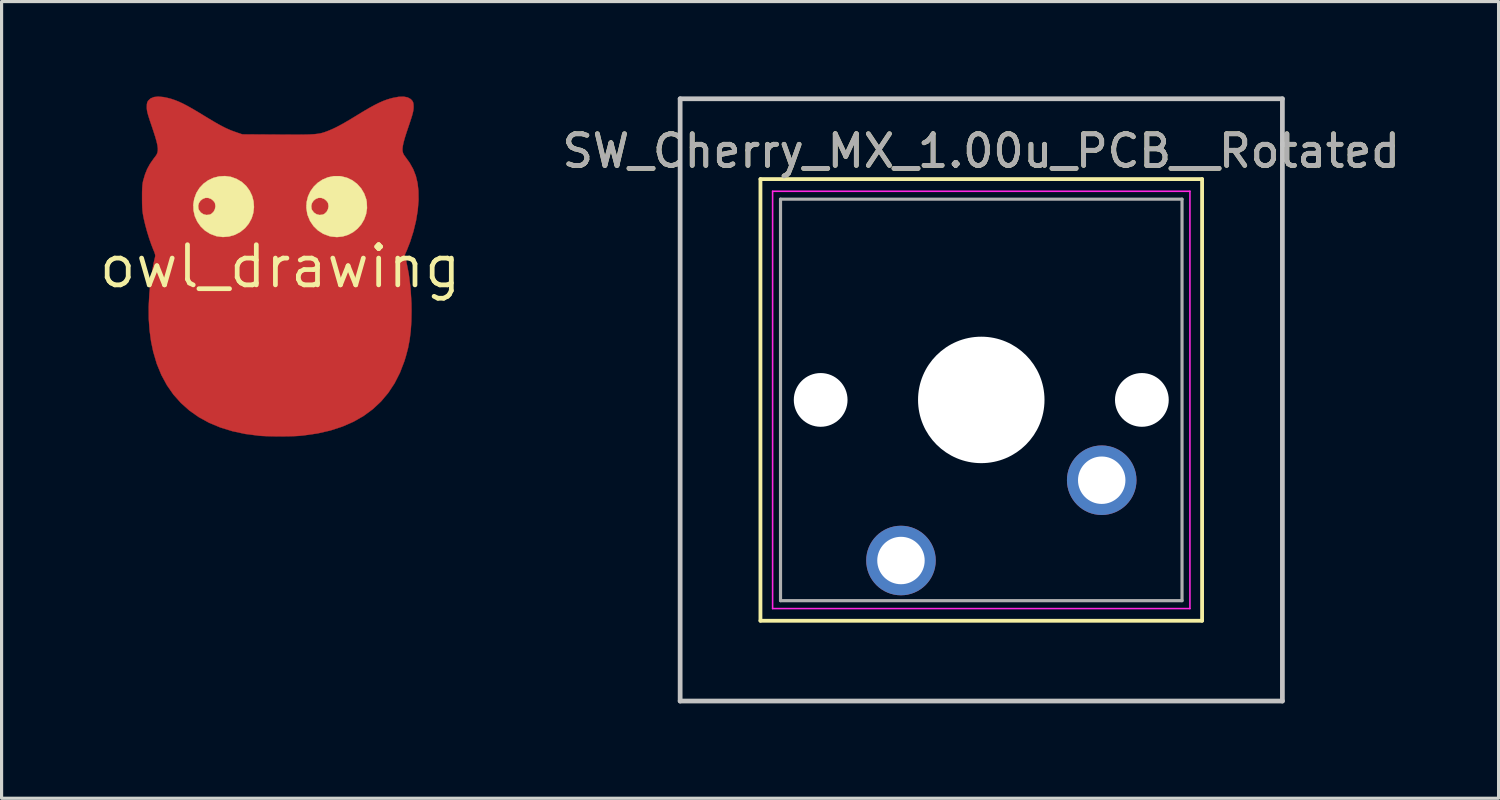
<source format=kicad_pcb>
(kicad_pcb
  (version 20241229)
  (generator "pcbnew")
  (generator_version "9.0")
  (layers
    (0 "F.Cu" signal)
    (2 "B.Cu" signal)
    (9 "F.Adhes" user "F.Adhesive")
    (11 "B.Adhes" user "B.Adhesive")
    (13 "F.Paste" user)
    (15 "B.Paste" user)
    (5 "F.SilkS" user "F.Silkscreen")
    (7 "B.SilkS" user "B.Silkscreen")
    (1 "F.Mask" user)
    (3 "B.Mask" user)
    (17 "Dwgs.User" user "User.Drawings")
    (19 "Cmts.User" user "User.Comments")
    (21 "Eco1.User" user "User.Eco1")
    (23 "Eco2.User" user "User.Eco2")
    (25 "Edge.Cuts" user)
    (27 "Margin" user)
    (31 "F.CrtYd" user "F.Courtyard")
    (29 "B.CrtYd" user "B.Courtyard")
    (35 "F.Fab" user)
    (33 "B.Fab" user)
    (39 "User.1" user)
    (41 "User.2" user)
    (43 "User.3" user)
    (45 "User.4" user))
  (footprint "SW_Cherry_MX_1.00u_PCB__Rotated"
    (layer "F.Cu")
    (at 30.529 4.52)
    (property "Reference" "SW_Cherry_MX_1.00u_PCB__Rotated" (at -2.54 -2.794 0) (layer "F.SilkS") (effects (font (size 1 1) (thickness 0.15))))
    (attr through_hole)
    (fp_line (start -9.525 -1.905) (end 4.445 -1.905) (stroke (width 0.12) (type solid)) (layer "F.SilkS"))
    (fp_line (start -9.525 12.065) (end -9.525 -1.905) (stroke (width 0.12) (type solid)) (layer "F.SilkS"))
    (fp_line (start 4.445 -1.905) (end 4.445 12.065) (stroke (width 0.12) (type solid)) (layer "F.SilkS"))
    (fp_line (start 4.445 12.065) (end -9.525 12.065) (stroke (width 0.12) (type solid)) (layer "F.SilkS"))
    (fp_line (start -12.065 -4.445) (end 6.985 -4.445) (stroke (width 0.15) (type solid)) (layer "Dwgs.User"))
    (fp_line (start -12.065 14.605) (end -12.065 -4.445) (stroke (width 0.15) (type solid)) (layer "Dwgs.User"))
    (fp_line (start 6.985 -4.445) (end 6.985 14.605) (stroke (width 0.15) (type solid)) (layer "Dwgs.User"))
    (fp_line (start 6.985 14.605) (end -12.065 14.605) (stroke (width 0.15) (type solid)) (layer "Dwgs.User"))
    (fp_line (start -9.14 -1.52) (end 4.06 -1.52) (stroke (width 0.05) (type solid)) (layer "F.CrtYd"))
    (fp_line (start -9.14 11.68) (end -9.14 -1.52) (stroke (width 0.05) (type solid)) (layer "F.CrtYd"))
    (fp_line (start 4.06 -1.52) (end 4.06 11.68) (stroke (width 0.05) (type solid)) (layer "F.CrtYd"))
    (fp_line (start 4.06 11.68) (end -9.14 11.68) (stroke (width 0.05) (type solid)) (layer "F.CrtYd"))
    (fp_line (start -8.89 -1.27) (end 3.81 -1.27) (stroke (width 0.1) (type solid)) (layer "F.Fab"))
    (fp_line (start -8.89 11.43) (end -8.89 -1.27) (stroke (width 0.1) (type solid)) (layer "F.Fab"))
    (fp_line (start 3.81 -1.27) (end 3.81 11.43) (stroke (width 0.1) (type solid)) (layer "F.Fab"))
    (fp_line (start 3.81 11.43) (end -8.89 11.43) (stroke (width 0.1) (type solid)) (layer "F.Fab"))
    (fp_text user "${REFERENCE}" (at -2.54 -2.794 0) (layer "F.Fab") (effects (font (size 1 1) (thickness 0.15))))
    (pad "" np_thru_hole circle (at -7.62 5.08 180) (size 1.7 1.7) (drill 1.7) (layers "*.Cu" "*.Mask"))
    (pad "" np_thru_hole circle (at -2.54 5.08 180) (size 4 4) (drill 4) (layers "*.Cu" "*.Mask"))
    (pad "" np_thru_hole circle (at 2.54 5.08 180) (size 1.7 1.7) (drill 1.7) (layers "*.Cu" "*.Mask"))
    (pad "1" thru_hole circle (at -5.08 10.16 180) (size 2.2 2.2) (drill 1.5) (layers "*.Cu" "*.Mask"))
    (pad "2" thru_hole circle (at 1.27 7.62 180) (size 2.2 2.2) (drill 1.5) (layers "*.Cu" "*.Mask")))
  (footprint "owl_drawing"
    (layer "F.Cu")
    (at 5.813 5.381)
    (property "Reference" "owl_drawing" (at 0 0 0) (layer "F.SilkS") (effects (font (size 1.27 1.27) (thickness 0.15))))
    (attr through_hole)
    (fp_poly (pts (xy -3.695 -5.361) (xy -3.567 -5.335) (xy -3.449 -5.304) (xy -3.333 -5.265) (xy -3.214 -5.218) (xy -3.086 -5.159) (xy -2.943 -5.085) (xy -2.781 -4.994) (xy -2.593 -4.883) (xy -2.445 -4.793) (xy -2.252 -4.676) (xy -2.089 -4.579) (xy -1.95 -4.499) (xy -1.829 -4.434) (xy -1.72 -4.379) (xy -1.618 -4.333) (xy -1.517 -4.292) (xy -1.411 -4.254) (xy -1.369 -4.239) (xy -1.196 -4.181) (xy -0.075 -4.174) (xy 0.191 -4.173) (xy 0.418 -4.172) (xy 0.611 -4.172) (xy 0.774 -4.174) (xy 0.911 -4.177) (xy 1.026 -4.183) (xy 1.122 -4.191) (xy 1.205 -4.201) (xy 1.277 -4.214) (xy 1.344 -4.231) (xy 1.409 -4.252) (xy 1.476 -4.276) (xy 1.549 -4.305) (xy 1.559 -4.309) (xy 1.661 -4.353) (xy 1.77 -4.405) (xy 1.889 -4.467) (xy 2.026 -4.543) (xy 2.185 -4.636) (xy 2.372 -4.749) (xy 2.445 -4.794) (xy 2.654 -4.921) (xy 2.835 -5.026) (xy 2.992 -5.112) (xy 3.131 -5.181) (xy 3.258 -5.237) (xy 3.377 -5.281) (xy 3.496 -5.317) (xy 3.567 -5.335) (xy 3.751 -5.369) (xy 3.906 -5.374) (xy 4.031 -5.35) (xy 4.128 -5.297) (xy 4.178 -5.244) (xy 4.203 -5.198) (xy 4.216 -5.14) (xy 4.22 -5.055) (xy 4.22 -5.042) (xy 4.217 -4.989) (xy 4.21 -4.932) (xy 4.196 -4.867) (xy 4.175 -4.785) (xy 4.143 -4.682) (xy 4.1 -4.55) (xy 4.057 -4.423) (xy 3.99 -4.223) (xy 3.938 -4.058) (xy 3.901 -3.922) (xy 3.878 -3.812) (xy 3.868 -3.723) (xy 3.871 -3.649) (xy 3.887 -3.587) (xy 3.914 -3.531) (xy 3.951 -3.48) (xy 4.096 -3.279) (xy 4.209 -3.077) (xy 4.291 -2.866) (xy 4.345 -2.64) (xy 4.373 -2.392) (xy 4.377 -2.115) (xy 4.376 -2.085) (xy 4.35 -1.775) (xy 4.296 -1.447) (xy 4.215 -1.113) (xy 4.111 -0.784) (xy 4.013 -0.533) (xy 3.941 -0.366) (xy 3.981 -0.2) (xy 4.066 0.229) (xy 4.123 0.685) (xy 4.152 1.163) (xy 4.155 1.408) (xy 4.149 1.738) (xy 4.129 2.038) (xy 4.094 2.317) (xy 4.043 2.584) (xy 3.973 2.848) (xy 3.926 3) (xy 3.787 3.361) (xy 3.618 3.693) (xy 3.418 3.996) (xy 3.189 4.268) (xy 2.929 4.511) (xy 2.639 4.725) (xy 2.32 4.908) (xy 1.97 5.061) (xy 1.591 5.185) (xy 1.182 5.279) (xy 0.744 5.342) (xy 0.614 5.355) (xy 0.483 5.363) (xy 0.322 5.369) (xy 0.14 5.372) (xy -0.051 5.373) (xy -0.241 5.371) (xy -0.418 5.366) (xy -0.571 5.359) (xy -0.655 5.353) (xy -1.095 5.297) (xy -1.508 5.209) (xy -1.892 5.091) (xy -2.248 4.943) (xy -2.574 4.764) (xy -2.872 4.555) (xy -3.139 4.317) (xy -3.377 4.05) (xy -3.583 3.754) (xy -3.759 3.429) (xy -3.904 3.076) (xy -4.016 2.696) (xy -4.084 2.37) (xy -4.132 2.014) (xy -4.158 1.651) (xy -4.16 1.273) (xy -4.139 0.872) (xy -4.114 0.603) (xy -4.098 0.465) (xy -4.076 0.312) (xy -4.05 0.154) (xy -4.023 0.002) (xy -3.997 -0.135) (xy -3.972 -0.246) (xy -3.96 -0.292) (xy -3.952 -0.333) (xy -3.956 -0.377) (xy -3.973 -0.436) (xy -4.007 -0.52) (xy -4.012 -0.53) (xy -4.077 -0.697) (xy -4.145 -0.892) (xy -4.209 -1.1) (xy -4.266 -1.308) (xy -4.312 -1.501) (xy -4.312 -1.503) (xy -4.333 -1.606) (xy -4.348 -1.696) (xy -4.358 -1.784) (xy -4.364 -1.881) (xy -4.368 -1.997) (xy -4.369 -2.143) (xy -4.369 -2.17) (xy -4.369 -2.328) (xy -4.366 -2.453) (xy -4.36 -2.551) (xy -4.351 -2.631) (xy -4.338 -2.7) (xy -4.333 -2.72) (xy -4.276 -2.915) (xy -4.207 -3.086) (xy -4.119 -3.246) (xy -4.006 -3.409) (xy -3.95 -3.481) (xy -3.912 -3.536) (xy -3.886 -3.594) (xy -3.872 -3.66) (xy -3.871 -3.738) (xy -3.883 -3.834) (xy -3.909 -3.952) (xy -3.95 -4.096) (xy -4.006 -4.271) (xy -4.057 -4.424) (xy -4.111 -4.582) (xy -4.151 -4.706) (xy -4.181 -4.803) (xy -4.201 -4.88) (xy -4.213 -4.942) (xy -4.219 -4.996) (xy -4.22 -5.043) (xy -4.217 -5.133) (xy -4.204 -5.194) (xy -4.18 -5.242) (xy -4.178 -5.244) (xy -4.1 -5.317) (xy -3.994 -5.361) (xy -3.859 -5.376) (xy -3.695 -5.361)) (stroke (width 0.01) (type solid)) (fill yes) (layer "F.Cu"))
    (fp_poly (pts (xy 0.212 -1.29) (xy 0.383 -1.288) (xy 0.511 -1.283) (xy 0.596 -1.277) (xy 0.64 -1.268) (xy 0.642 -1.268) (xy 0.7 -1.226) (xy 0.739 -1.167) (xy 0.76 -1.09) (xy 0.76 -0.992) (xy 0.741 -0.872) (xy 0.7 -0.727) (xy 0.639 -0.554) (xy 0.556 -0.352) (xy 0.451 -0.119) (xy 0.324 0.146) (xy 0.249 0.297) (xy 0.187 0.414) (xy 0.136 0.499) (xy 0.094 0.558) (xy 0.057 0.594) (xy 0.022 0.611) (xy 0 0.614) (xy -0.045 0.599) (xy -0.093 0.565) (xy -0.094 0.564) (xy -0.119 0.529) (xy -0.158 0.464) (xy -0.208 0.373) (xy -0.264 0.266) (xy -0.323 0.148) (xy -0.324 0.146) (xy -0.452 -0.12) (xy -0.557 -0.353) (xy -0.639 -0.555) (xy -0.701 -0.727) (xy -0.741 -0.873) (xy -0.76 -0.993) (xy -0.76 -1.09) (xy -0.739 -1.167) (xy -0.7 -1.226) (xy -0.642 -1.268) (xy -0.602 -1.276) (xy -0.521 -1.282) (xy -0.397 -1.287) (xy -0.231 -1.29) (xy -0.023 -1.291) (xy 0 -1.291) (xy 0.212 -1.29)) (stroke (width 0.01) (type solid)) (fill yes) (layer "F.Mask"))
    (fp_poly (pts (xy -3.695 -5.361) (xy -3.567 -5.335) (xy -3.449 -5.304) (xy -3.333 -5.265) (xy -3.214 -5.218) (xy -3.086 -5.159) (xy -2.943 -5.085) (xy -2.781 -4.994) (xy -2.593 -4.883) (xy -2.445 -4.793) (xy -2.252 -4.676) (xy -2.089 -4.579) (xy -1.95 -4.499) (xy -1.829 -4.434) (xy -1.72 -4.379) (xy -1.618 -4.333) (xy -1.517 -4.292) (xy -1.411 -4.254) (xy -1.369 -4.239) (xy -1.196 -4.181) (xy -0.075 -4.174) (xy 0.191 -4.173) (xy 0.418 -4.172) (xy 0.611 -4.172) (xy 0.774 -4.174) (xy 0.911 -4.177) (xy 1.026 -4.183) (xy 1.122 -4.191) (xy 1.205 -4.201) (xy 1.277 -4.214) (xy 1.344 -4.231) (xy 1.409 -4.252) (xy 1.476 -4.276) (xy 1.549 -4.305) (xy 1.559 -4.309) (xy 1.661 -4.353) (xy 1.77 -4.405) (xy 1.889 -4.467) (xy 2.026 -4.543) (xy 2.185 -4.636) (xy 2.372 -4.749) (xy 2.445 -4.794) (xy 2.654 -4.921) (xy 2.835 -5.026) (xy 2.992 -5.112) (xy 3.131 -5.181) (xy 3.258 -5.237) (xy 3.377 -5.281) (xy 3.496 -5.317) (xy 3.567 -5.335) (xy 3.751 -5.369) (xy 3.906 -5.374) (xy 4.031 -5.35) (xy 4.128 -5.297) (xy 4.178 -5.244) (xy 4.203 -5.198) (xy 4.216 -5.14) (xy 4.22 -5.055) (xy 4.22 -5.042) (xy 4.217 -4.989) (xy 4.21 -4.932) (xy 4.196 -4.867) (xy 4.175 -4.785) (xy 4.143 -4.682) (xy 4.1 -4.55) (xy 4.057 -4.423) (xy 3.99 -4.223) (xy 3.938 -4.058) (xy 3.901 -3.922) (xy 3.878 -3.812) (xy 3.868 -3.723) (xy 3.871 -3.649) (xy 3.887 -3.587) (xy 3.914 -3.531) (xy 3.951 -3.48) (xy 4.096 -3.279) (xy 4.209 -3.077) (xy 4.291 -2.866) (xy 4.345 -2.64) (xy 4.373 -2.392) (xy 4.377 -2.115) (xy 4.376 -2.085) (xy 4.35 -1.775) (xy 4.296 -1.449) (xy 4.216 -1.115) (xy 4.112 -0.787) (xy 4.013 -0.534) (xy 3.942 -0.369) (xy 3.992 -0.147) (xy 4.037 0.076) (xy 4.076 0.324) (xy 4.11 0.585) (xy 4.136 0.851) (xy 4.154 1.11) (xy 4.163 1.352) (xy 4.162 1.567) (xy 4.16 1.63) (xy 4.138 1.942) (xy 4.106 2.223) (xy 4.063 2.481) (xy 4.007 2.727) (xy 3.936 2.969) (xy 3.926 3) (xy 3.787 3.361) (xy 3.618 3.693) (xy 3.418 3.996) (xy 3.189 4.268) (xy 2.929 4.511) (xy 2.639 4.725) (xy 2.32 4.908) (xy 1.97 5.061) (xy 1.591 5.185) (xy 1.182 5.279) (xy 0.744 5.342) (xy 0.614 5.355) (xy 0.483 5.363) (xy 0.322 5.369) (xy 0.14 5.372) (xy -0.051 5.373) (xy -0.241 5.371) (xy -0.418 5.366) (xy -0.571 5.359) (xy -0.655 5.353) (xy -1.095 5.297) (xy -1.508 5.209) (xy -1.892 5.091) (xy -2.248 4.943) (xy -2.574 4.764) (xy -2.872 4.555) (xy -3.139 4.317) (xy -3.377 4.05) (xy -3.583 3.754) (xy -3.759 3.429) (xy -3.904 3.076) (xy -4.016 2.696) (xy -4.084 2.37) (xy -4.132 2.014) (xy -4.158 1.651) (xy -4.16 1.273) (xy -4.139 0.872) (xy -4.114 0.603) (xy -4.098 0.465) (xy -4.076 0.312) (xy -4.05 0.154) (xy -4.023 0.002) (xy -3.997 -0.135) (xy -3.972 -0.246) (xy -3.96 -0.292) (xy -3.952 -0.333) (xy -3.956 -0.377) (xy -3.973 -0.436) (xy -4.007 -0.52) (xy -4.012 -0.53) (xy -4.077 -0.697) (xy -4.145 -0.892) (xy -4.209 -1.1) (xy -4.266 -1.308) (xy -4.312 -1.501) (xy -4.312 -1.503) (xy -4.333 -1.606) (xy -4.348 -1.696) (xy -4.358 -1.784) (xy -4.364 -1.881) (xy -4.368 -1.997) (xy -4.369 -2.143) (xy -4.369 -2.17) (xy -4.369 -2.328) (xy -4.368 -2.336) (xy -4.094 -2.336) (xy -4.094 -2.043) (xy -4.059 -1.726) (xy -3.989 -1.384) (xy -3.891 -1.042) (xy -3.85 -0.92) (xy -3.804 -0.79) (xy -3.758 -0.67) (xy -3.725 -0.588) (xy -3.643 -0.399) (xy -3.693 -0.173) (xy -3.787 0.315) (xy -3.847 0.796) (xy -3.874 1.266) (xy -3.867 1.72) (xy -3.826 2.155) (xy -3.777 2.448) (xy -3.683 2.825) (xy -3.557 3.174) (xy -3.4 3.495) (xy -3.212 3.788) (xy -2.992 4.052) (xy -2.743 4.287) (xy -2.463 4.493) (xy -2.153 4.668) (xy -1.815 4.814) (xy -1.447 4.929) (xy -1.051 5.014) (xy -0.889 5.039) (xy -0.609 5.068) (xy -0.303 5.085) (xy 0.015 5.091) (xy 0.332 5.084) (xy 0.633 5.065) (xy 0.809 5.047) (xy 1.225 4.979) (xy 1.61 4.881) (xy 1.966 4.753) (xy 2.292 4.595) (xy 2.588 4.408) (xy 2.854 4.191) (xy 3.09 3.944) (xy 3.296 3.668) (xy 3.471 3.362) (xy 3.616 3.027) (xy 3.661 2.9) (xy 3.755 2.556) (xy 3.822 2.185) (xy 3.862 1.79) (xy 3.874 1.377) (xy 3.858 0.95) (xy 3.815 0.514) (xy 3.745 0.072) (xy 3.694 -0.171) (xy 3.643 -0.399) (xy 3.725 -0.588) (xy 3.765 -0.687) (xy 3.811 -0.809) (xy 3.857 -0.939) (xy 3.891 -1.042) (xy 3.994 -1.406) (xy 4.062 -1.745) (xy 4.095 -2.061) (xy 4.093 -2.353) (xy 4.057 -2.622) (xy 3.985 -2.866) (xy 3.879 -3.086) (xy 3.748 -3.27) (xy 3.683 -3.355) (xy 3.633 -3.438) (xy 3.599 -3.526) (xy 3.581 -3.621) (xy 3.579 -3.729) (xy 3.594 -3.854) (xy 3.625 -4.001) (xy 3.672 -4.174) (xy 3.736 -4.378) (xy 3.798 -4.561) (xy 3.841 -4.688) (xy 3.879 -4.807) (xy 3.908 -4.908) (xy 3.929 -4.986) (xy 3.937 -5.032) (xy 3.937 -5.034) (xy 3.937 -5.106) (xy 3.818 -5.091) (xy 3.706 -5.073) (xy 3.595 -5.047) (xy 3.479 -5.01) (xy 3.354 -4.961) (xy 3.216 -4.896) (xy 3.059 -4.815) (xy 2.879 -4.714) (xy 2.672 -4.593) (xy 2.555 -4.522) (xy 2.358 -4.405) (xy 2.192 -4.307) (xy 2.05 -4.227) (xy 1.927 -4.162) (xy 1.817 -4.108) (xy 1.714 -4.063) (xy 1.613 -4.024) (xy 1.517 -3.99) (xy 1.434 -3.964) (xy 1.352 -3.942) (xy 1.267 -3.924) (xy 1.174 -3.909) (xy 1.069 -3.897) (xy 0.947 -3.889) (xy 0.804 -3.882) (xy 0.635 -3.878) (xy 0.436 -3.875) (xy 0.203 -3.874) (xy 0 -3.873) (xy -0.262 -3.874) (xy -0.487 -3.876) (xy -0.678 -3.879) (xy -0.84 -3.883) (xy -0.978 -3.89) (xy -1.095 -3.9) (xy -1.197 -3.912) (xy -1.288 -3.928) (xy -1.372 -3.947) (xy -1.453 -3.97) (xy -1.517 -3.99) (xy -1.621 -4.026) (xy -1.722 -4.066) (xy -1.825 -4.112) (xy -1.936 -4.166) (xy -2.06 -4.233) (xy -2.204 -4.314) (xy -2.372 -4.413) (xy -2.555 -4.522) (xy -2.778 -4.656) (xy -2.971 -4.766) (xy -3.139 -4.857) (xy -3.286 -4.93) (xy -3.417 -4.987) (xy -3.537 -5.03) (xy -3.65 -5.061) (xy -3.761 -5.083) (xy -3.818 -5.091) (xy -3.937 -5.106) (xy -3.937 -5.034) (xy -3.93 -4.993) (xy -3.911 -4.918) (xy -3.882 -4.819) (xy -3.846 -4.702) (xy -3.803 -4.576) (xy -3.798 -4.561) (xy -3.721 -4.33) (xy -3.66 -4.134) (xy -3.616 -3.967) (xy -3.589 -3.825) (xy -3.578 -3.704) (xy -3.584 -3.599) (xy -3.605 -3.506) (xy -3.643 -3.42) (xy -3.696 -3.336) (xy -3.748 -3.27) (xy -3.887 -3.073) (xy -3.991 -2.851) (xy -4.06 -2.606) (xy -4.094 -2.336) (xy -4.368 -2.336) (xy -4.366 -2.453) (xy -4.36 -2.551) (xy -4.351 -2.631) (xy -4.338 -2.7) (xy -4.333 -2.72) (xy -4.276 -2.915) (xy -4.207 -3.086) (xy -4.119 -3.246) (xy -4.006 -3.409) (xy -3.95 -3.481) (xy -3.912 -3.536) (xy -3.886 -3.594) (xy -3.872 -3.66) (xy -3.871 -3.738) (xy -3.883 -3.834) (xy -3.909 -3.952) (xy -3.95 -4.096) (xy -4.006 -4.271) (xy -4.057 -4.424) (xy -4.111 -4.582) (xy -4.151 -4.706) (xy -4.181 -4.803) (xy -4.201 -4.88) (xy -4.213 -4.942) (xy -4.219 -4.996) (xy -4.22 -5.043) (xy -4.217 -5.133) (xy -4.204 -5.194) (xy -4.18 -5.242) (xy -4.178 -5.244) (xy -4.1 -5.317) (xy -3.994 -5.361) (xy -3.859 -5.376) (xy -3.695 -5.361)) (stroke (width 0.01) (type solid)) (fill yes) (layer "F.Mask"))
    (fp_poly (pts (xy -1.561 -2.837) (xy -1.381 -2.773) (xy -1.214 -2.674) (xy -1.075 -2.547) (xy -0.967 -2.399) (xy -0.889 -2.236) (xy -0.843 -2.061) (xy -0.83 -1.881) (xy -0.85 -1.701) (xy -0.904 -1.525) (xy -0.994 -1.359) (xy -1.111 -1.217) (xy -1.264 -1.093) (xy -1.435 -1.003) (xy -1.62 -0.95) (xy -1.811 -0.934) (xy -2.002 -0.958) (xy -2.03 -0.965) (xy -2.216 -1.035) (xy -2.379 -1.138) (xy -2.515 -1.269) (xy -2.623 -1.422) (xy -2.7 -1.593) (xy -2.742 -1.778) (xy -2.746 -1.922) (xy -2.595 -1.922) (xy -2.586 -1.828) (xy -2.57 -1.788) (xy -2.51 -1.707) (xy -2.427 -1.653) (xy -2.332 -1.63) (xy -2.234 -1.641) (xy -2.181 -1.664) (xy -2.11 -1.728) (xy -2.065 -1.813) (xy -2.048 -1.907) (xy -2.061 -1.999) (xy -2.083 -2.043) (xy -2.127 -2.092) (xy -2.183 -2.137) (xy -2.187 -2.139) (xy -2.278 -2.173) (xy -2.368 -2.172) (xy -2.451 -2.14) (xy -2.521 -2.084) (xy -2.571 -2.009) (xy -2.595 -1.922) (xy -2.746 -1.922) (xy -2.747 -1.971) (xy -2.718 -2.145) (xy -2.651 -2.327) (xy -2.551 -2.487) (xy -2.425 -2.621) (xy -2.276 -2.729) (xy -2.11 -2.806) (xy -1.933 -2.851) (xy -1.748 -2.862) (xy -1.561 -2.837)) (stroke (width 0.01) (type solid)) (fill yes) (layer "F.SilkS"))
    (fp_poly (pts (xy 1.926 -2.855) (xy 2.113 -2.808) (xy 2.284 -2.726) (xy 2.435 -2.611) (xy 2.561 -2.47) (xy 2.658 -2.306) (xy 2.722 -2.125) (xy 2.737 -2.044) (xy 2.746 -1.848) (xy 2.717 -1.662) (xy 2.655 -1.49) (xy 2.564 -1.334) (xy 2.446 -1.199) (xy 2.307 -1.088) (xy 2.149 -1.004) (xy 1.977 -0.951) (xy 1.794 -0.932) (xy 1.605 -0.951) (xy 1.547 -0.965) (xy 1.36 -1.036) (xy 1.195 -1.142) (xy 1.055 -1.279) (xy 0.945 -1.441) (xy 0.868 -1.627) (xy 0.858 -1.662) (xy 0.828 -1.855) (xy 0.831 -1.922) (xy 0.982 -1.922) (xy 0.992 -1.828) (xy 1.007 -1.788) (xy 1.067 -1.707) (xy 1.15 -1.653) (xy 1.245 -1.63) (xy 1.343 -1.641) (xy 1.396 -1.664) (xy 1.467 -1.728) (xy 1.512 -1.813) (xy 1.53 -1.907) (xy 1.516 -1.999) (xy 1.494 -2.043) (xy 1.45 -2.092) (xy 1.394 -2.137) (xy 1.391 -2.139) (xy 1.3 -2.173) (xy 1.209 -2.172) (xy 1.126 -2.14) (xy 1.056 -2.084) (xy 1.006 -2.009) (xy 0.982 -1.922) (xy 0.831 -1.922) (xy 0.837 -2.041) (xy 0.881 -2.218) (xy 0.957 -2.381) (xy 1.062 -2.527) (xy 1.191 -2.652) (xy 1.341 -2.751) (xy 1.51 -2.822) (xy 1.693 -2.859) (xy 1.886 -2.859) (xy 1.926 -2.855)) (stroke (width 0.01) (type solid)) (fill yes) (layer "F.SilkS")))
  (gr_rect
    (start -3 -3)
    (end 44.352 22.2)
    (stroke (width 0.1) (type default))
    (fill no)
    (layer "Edge.Cuts")))
</source>
